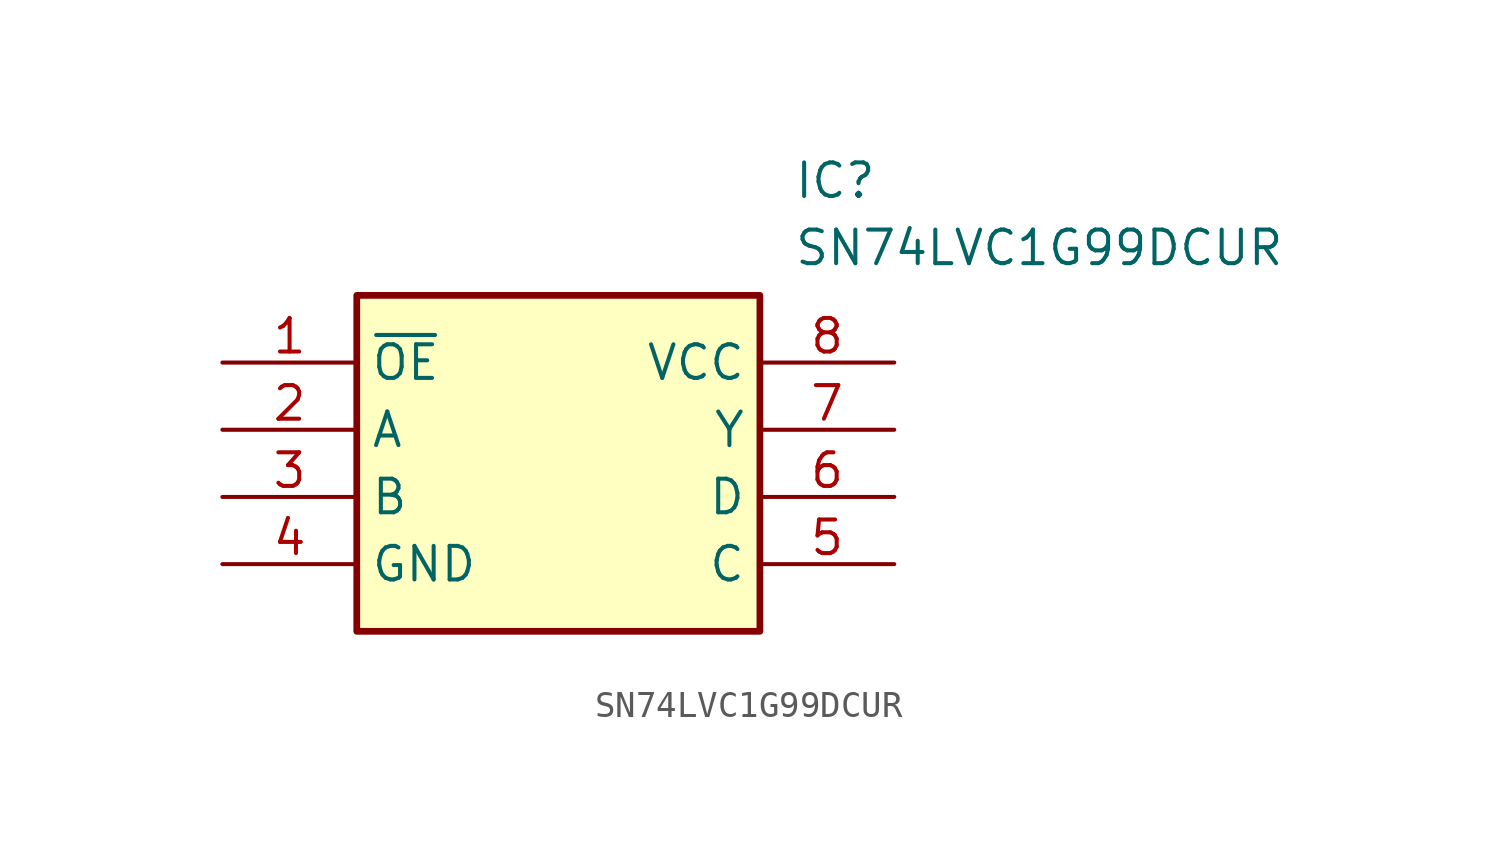
<source format=kicad_sym>
(kicad_symbol_lib
  (version 20211014)
  (generator SamacSys_ECAD_Model)
  (symbol "SN74LVC1G99DCUR"
    (property "Reference" "IC"
      (at 21.59 7.62 0)
      (effects (font (size 1.27 1.27)) (justify left top)))
    (property "Value" "SN74LVC1G99DCUR"
      (at 21.59 5.08 0)
      (effects (font (size 1.27 1.27)) (justify left top)))
    (rectangle
      (start 5.08 2.54)
      (end 20.32 -10.16)
      (stroke (width 0.254) (type default))
      (fill (type background)))
    (pin passive line
      (at 0 0 0)
      (length 5.08)
      (name "~{OE}" (effects (font (size 1.27 1.27))))
      (number "1" (effects (font (size 1.27 1.27)))))
    (pin passive line
      (at 0 -2.54 0)
      (length 5.08)
      (name "A" (effects (font (size 1.27 1.27))))
      (number "2" (effects (font (size 1.27 1.27)))))
    (pin passive line
      (at 0 -5.08 0)
      (length 5.08)
      (name "B" (effects (font (size 1.27 1.27))))
      (number "3" (effects (font (size 1.27 1.27)))))
    (pin passive line
      (at 0 -7.62 0)
      (length 5.08)
      (name "GND" (effects (font (size 1.27 1.27))))
      (number "4" (effects (font (size 1.27 1.27)))))
    (pin passive line
      (at 25.4 0 180)
      (length 5.08)
      (name "VCC" (effects (font (size 1.27 1.27))))
      (number "8" (effects (font (size 1.27 1.27)))))
    (pin passive line
      (at 25.4 -2.54 180)
      (length 5.08)
      (name "Y" (effects (font (size 1.27 1.27))))
      (number "7" (effects (font (size 1.27 1.27)))))
    (pin passive line
      (at 25.4 -5.08 180)
      (length 5.08)
      (name "D" (effects (font (size 1.27 1.27))))
      (number "6" (effects (font (size 1.27 1.27)))))
    (pin passive line
      (at 25.4 -7.62 180)
      (length 5.08)
      (name "C" (effects (font (size 1.27 1.27))))
      (number "5" (effects (font (size 1.27 1.27)))))))
</source>
